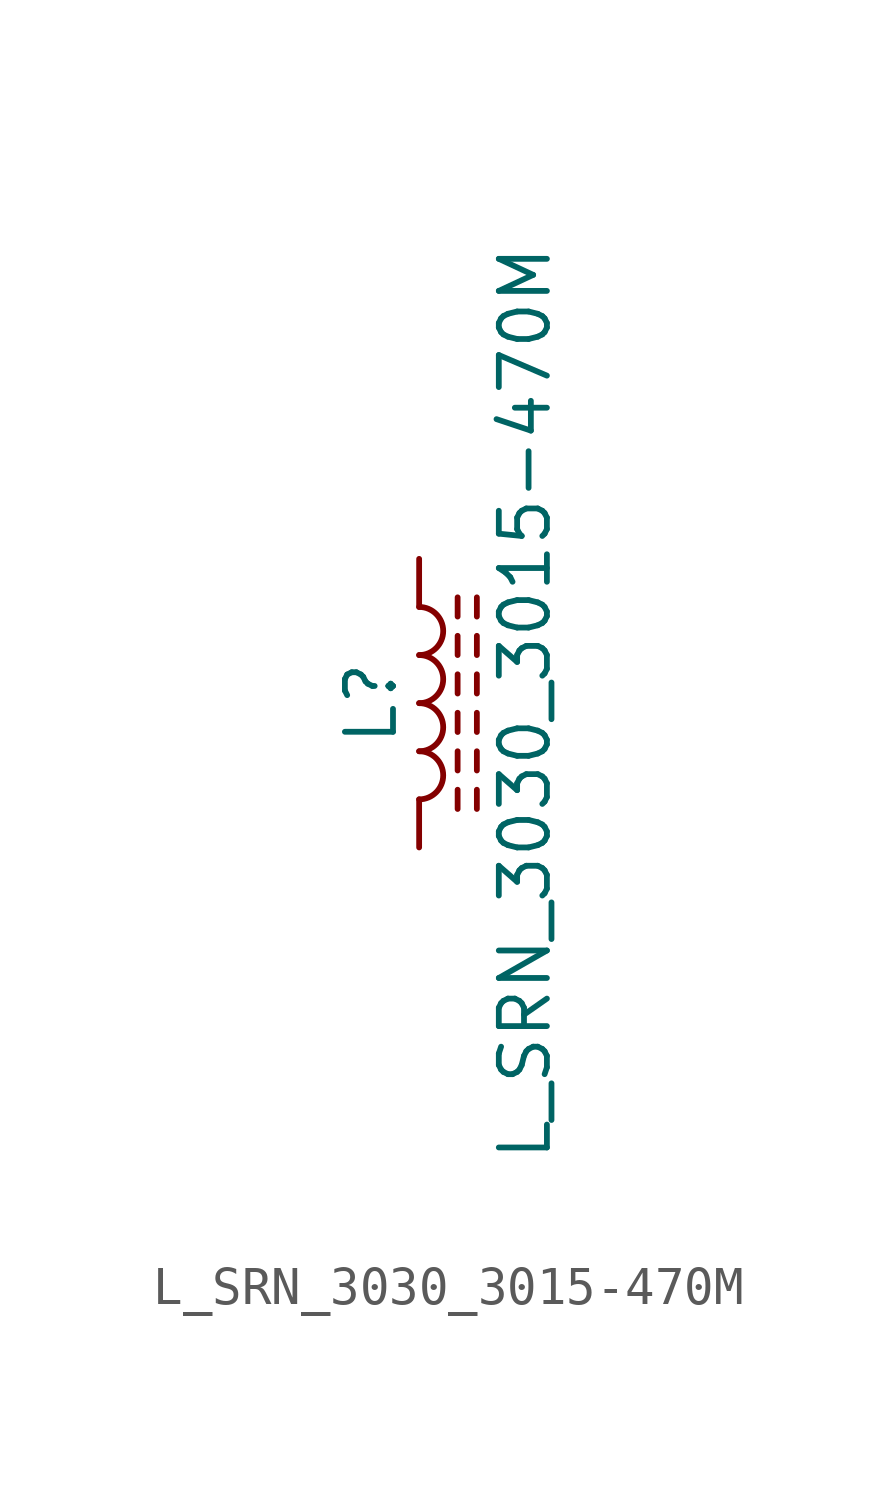
<source format=kicad_sym>
(kicad_symbol_lib
  (version 20211014)
  (generator kicad_symbol_editor)
  (symbol "L_SRN_3030_3015-470M"
    (pin_numbers hide)
    (pin_names
      (offset 1.016) hide)
    (property "Reference" "L"
      (at -1.27 0 90)
      (effects (font (size 1.27 1.27))))
    (property "Value" "L_SRN_3030_3015-470M"
      (at 2.794 0 90)
      (effects (font (size 1.27 1.27))))
    (symbol "L_SRN_3030_3015-470M_0_1"
      (arc (start 0 -2.54) (mid 0.635 -1.905) (end 0 -1.27) (stroke (width 0) (type default) (color 0 0 0 0)) (fill (type none)))
      (arc (start 0 -1.27) (mid 0.635 -0.635) (end 0 0) (stroke (width 0) (type default) (color 0 0 0 0)) (fill (type none)))
      (polyline (pts (xy 1.016 -2.794) (xy 1.016 -2.286)) (stroke (width 0) (type default) (color 0 0 0 0)) (fill (type none)))
      (polyline (pts (xy 1.016 -1.778) (xy 1.016 -1.27)) (stroke (width 0) (type default) (color 0 0 0 0)) (fill (type none)))
      (polyline (pts (xy 1.016 -0.762) (xy 1.016 -0.254)) (stroke (width 0) (type default) (color 0 0 0 0)) (fill (type none)))
      (polyline (pts (xy 1.016 0.254) (xy 1.016 0.762)) (stroke (width 0) (type default) (color 0 0 0 0)) (fill (type none)))
      (polyline (pts (xy 1.016 1.27) (xy 1.016 1.778)) (stroke (width 0) (type default) (color 0 0 0 0)) (fill (type none)))
      (polyline (pts (xy 1.016 2.286) (xy 1.016 2.794)) (stroke (width 0) (type default) (color 0 0 0 0)) (fill (type none)))
      (polyline (pts (xy 1.524 -2.286) (xy 1.524 -2.794)) (stroke (width 0) (type default) (color 0 0 0 0)) (fill (type none)))
      (polyline (pts (xy 1.524 -1.27) (xy 1.524 -1.778)) (stroke (width 0) (type default) (color 0 0 0 0)) (fill (type none)))
      (polyline (pts (xy 1.524 -0.254) (xy 1.524 -0.762)) (stroke (width 0) (type default) (color 0 0 0 0)) (fill (type none)))
      (polyline (pts (xy 1.524 0.762) (xy 1.524 0.254)) (stroke (width 0) (type default) (color 0 0 0 0)) (fill (type none)))
      (polyline (pts (xy 1.524 1.778) (xy 1.524 1.27)) (stroke (width 0) (type default) (color 0 0 0 0)) (fill (type none)))
      (polyline (pts (xy 1.524 2.794) (xy 1.524 2.286)) (stroke (width 0) (type default) (color 0 0 0 0)) (fill (type none)))
      (arc (start 0 0) (mid 0.635 0.635) (end 0 1.27) (stroke (width 0) (type default) (color 0 0 0 0)) (fill (type none)))
      (arc (start 0 1.27) (mid 0.635 1.905) (end 0 2.54) (stroke (width 0) (type default) (color 0 0 0 0)) (fill (type none))))
    (symbol "L_SRN_3030_3015-470M_1_1"
      (pin passive line (at 0 3.81 270) (length 1.27) (name "1" (effects (font (size 1.27 1.27)))) (number "1" (effects (font (size 1.27 1.27)))))
      (pin passive line (at 0 -3.81 90) (length 1.27) (name "2" (effects (font (size 1.27 1.27)))) (number "2" (effects (font (size 1.27 1.27))))))))
</source>
